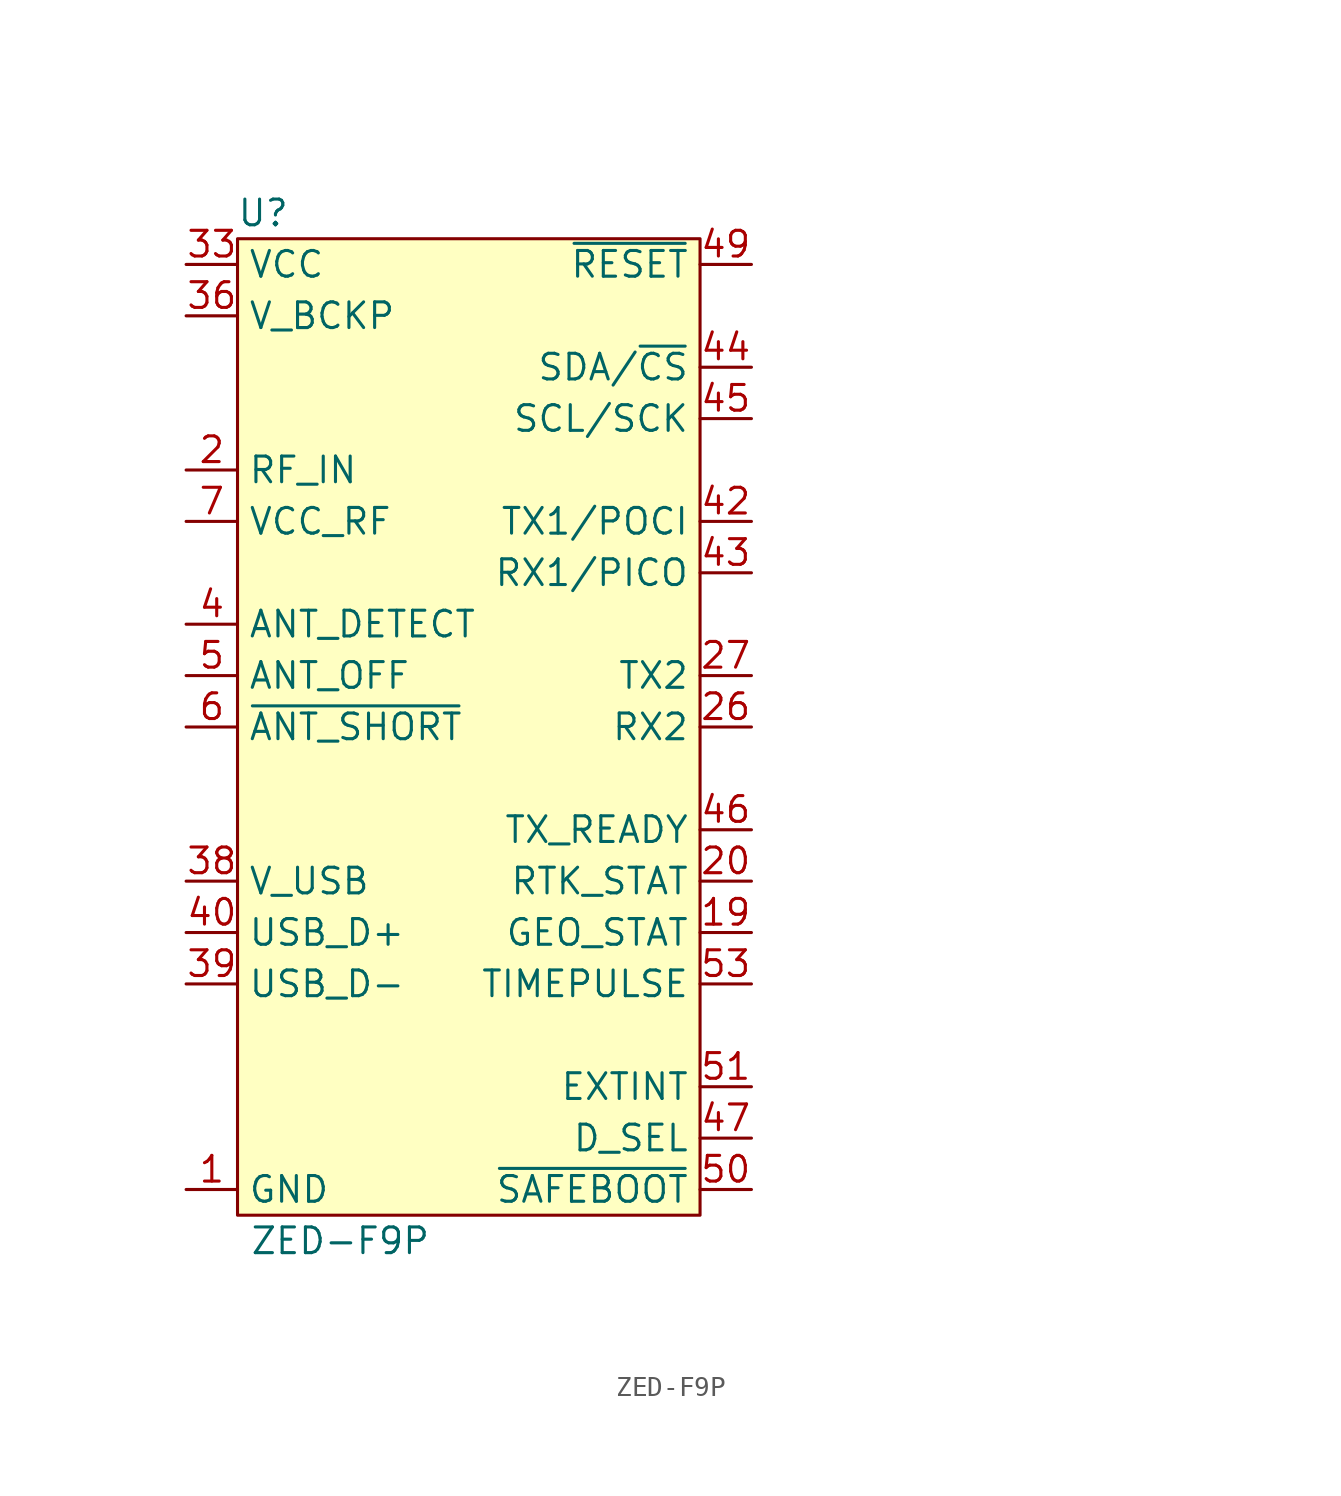
<source format=kicad_sym>
(kicad_symbol_lib
  (version 20241209)
  (generator "kicad_symbol_editor")
  (generator_version "9.0")
  (symbol "ZED-F9P"
    (property "Reference" "U"
      (at -10.16 25.4 0)
      (effects (font (size 1.27 1.27))))
    (property "Value" "ZED-F9P"
      (at -6.35 -25.4 0)
      (effects (font (size 1.27 1.27))))
    (symbol "ZED-F9P_1_0"
      (pin power_in line (at -13.97 -22.86 0) (length 2.54) (name "GND" (effects (font (size 1.27 1.27)))) (number "1" (effects (font (size 1.27 1.27)))))
      (pin power_in line (at -13.97 -22.86 0) (length 2.54) (hide yes) (name "GND" (effects (font (size 1.27 1.27)))) (number "100" (effects (font (size 1.27 1.27)))))
      (pin power_in line (at -13.97 -22.86 0) (length 2.54) (hide yes) (name "GND" (effects (font (size 1.27 1.27)))) (number "101" (effects (font (size 1.27 1.27)))))
      (pin power_in line (at -13.97 -22.86 0) (length 2.54) (hide yes) (name "GND" (effects (font (size 1.27 1.27)))) (number "102" (effects (font (size 1.27 1.27)))))
      (pin power_in line (at -13.97 -22.86 0) (length 2.54) (hide yes) (name "GND" (effects (font (size 1.27 1.27)))) (number "12" (effects (font (size 1.27 1.27)))))
      (pin power_in line (at -13.97 -22.86 0) (length 2.54) (hide yes) (name "GND" (effects (font (size 1.27 1.27)))) (number "14" (effects (font (size 1.27 1.27)))))
      (pin power_in line (at -13.97 -22.86 0) (length 2.54) (hide yes) (name "GND" (effects (font (size 1.27 1.27)))) (number "3" (effects (font (size 1.27 1.27)))))
      (pin power_in line (at -13.97 -22.86 0) (length 2.54) (hide yes) (name "GND" (effects (font (size 1.27 1.27)))) (number "32" (effects (font (size 1.27 1.27)))))
      (pin power_in line (at -13.97 -22.86 0) (length 2.54) (hide yes) (name "GND" (effects (font (size 1.27 1.27)))) (number "37" (effects (font (size 1.27 1.27)))))
      (pin power_in line (at -13.97 -22.86 0) (length 2.54) (hide yes) (name "GND" (effects (font (size 1.27 1.27)))) (number "41" (effects (font (size 1.27 1.27)))))
      (pin power_in line (at -13.97 -22.86 0) (length 2.54) (hide yes) (name "GND" (effects (font (size 1.27 1.27)))) (number "48" (effects (font (size 1.27 1.27)))))
      (pin power_in line (at -13.97 -22.86 0) (length 2.54) (hide yes) (name "GND" (effects (font (size 1.27 1.27)))) (number "55" (effects (font (size 1.27 1.27)))))
      (pin power_in line (at -13.97 -22.86 0) (length 2.54) (hide yes) (name "GND" (effects (font (size 1.27 1.27)))) (number "56" (effects (font (size 1.27 1.27)))))
      (pin power_in line (at -13.97 -22.86 0) (length 2.54) (hide yes) (name "GND" (effects (font (size 1.27 1.27)))) (number "57" (effects (font (size 1.27 1.27)))))
      (pin power_in line (at -13.97 -22.86 0) (length 2.54) (hide yes) (name "GND" (effects (font (size 1.27 1.27)))) (number "58" (effects (font (size 1.27 1.27)))))
      (pin power_in line (at -13.97 -22.86 0) (length 2.54) (hide yes) (name "GND" (effects (font (size 1.27 1.27)))) (number "59" (effects (font (size 1.27 1.27)))))
      (pin power_in line (at -13.97 -22.86 0) (length 2.54) (hide yes) (name "GND" (effects (font (size 1.27 1.27)))) (number "60" (effects (font (size 1.27 1.27)))))
      (pin power_in line (at -13.97 -22.86 0) (length 2.54) (hide yes) (name "GND" (effects (font (size 1.27 1.27)))) (number "61" (effects (font (size 1.27 1.27)))))
      (pin power_in line (at -13.97 -22.86 0) (length 2.54) (hide yes) (name "GND" (effects (font (size 1.27 1.27)))) (number "62" (effects (font (size 1.27 1.27)))))
      (pin power_in line (at -13.97 -22.86 0) (length 2.54) (hide yes) (name "GND" (effects (font (size 1.27 1.27)))) (number "63" (effects (font (size 1.27 1.27)))))
      (pin power_in line (at -13.97 -22.86 0) (length 2.54) (hide yes) (name "GND" (effects (font (size 1.27 1.27)))) (number "64" (effects (font (size 1.27 1.27)))))
      (pin power_in line (at -13.97 -22.86 0) (length 2.54) (hide yes) (name "GND" (effects (font (size 1.27 1.27)))) (number "65" (effects (font (size 1.27 1.27)))))
      (pin power_in line (at -13.97 -22.86 0) (length 2.54) (hide yes) (name "GND" (effects (font (size 1.27 1.27)))) (number "66" (effects (font (size 1.27 1.27)))))
      (pin power_in line (at -13.97 -22.86 0) (length 2.54) (hide yes) (name "GND" (effects (font (size 1.27 1.27)))) (number "67" (effects (font (size 1.27 1.27)))))
      (pin power_in line (at -13.97 -22.86 0) (length 2.54) (hide yes) (name "GND" (effects (font (size 1.27 1.27)))) (number "68" (effects (font (size 1.27 1.27)))))
      (pin power_in line (at -13.97 -22.86 0) (length 2.54) (hide yes) (name "GND" (effects (font (size 1.27 1.27)))) (number "69" (effects (font (size 1.27 1.27)))))
      (pin power_in line (at -13.97 -22.86 0) (length 2.54) (hide yes) (name "GND" (effects (font (size 1.27 1.27)))) (number "70" (effects (font (size 1.27 1.27)))))
      (pin power_in line (at -13.97 -22.86 0) (length 2.54) (hide yes) (name "GND" (effects (font (size 1.27 1.27)))) (number "71" (effects (font (size 1.27 1.27)))))
      (pin power_in line (at -13.97 -22.86 0) (length 2.54) (hide yes) (name "GND" (effects (font (size 1.27 1.27)))) (number "72" (effects (font (size 1.27 1.27)))))
      (pin power_in line (at -13.97 -22.86 0) (length 2.54) (hide yes) (name "GND" (effects (font (size 1.27 1.27)))) (number "73" (effects (font (size 1.27 1.27)))))
      (pin power_in line (at -13.97 -22.86 0) (length 2.54) (hide yes) (name "GND" (effects (font (size 1.27 1.27)))) (number "74" (effects (font (size 1.27 1.27)))))
      (pin power_in line (at -13.97 -22.86 0) (length 2.54) (hide yes) (name "GND" (effects (font (size 1.27 1.27)))) (number "75" (effects (font (size 1.27 1.27)))))
      (pin power_in line (at -13.97 -22.86 0) (length 2.54) (hide yes) (name "GND" (effects (font (size 1.27 1.27)))) (number "76" (effects (font (size 1.27 1.27)))))
      (pin power_in line (at -13.97 -22.86 0) (length 2.54) (hide yes) (name "GND" (effects (font (size 1.27 1.27)))) (number "77" (effects (font (size 1.27 1.27)))))
      (pin power_in line (at -13.97 -22.86 0) (length 2.54) (hide yes) (name "GND" (effects (font (size 1.27 1.27)))) (number "78" (effects (font (size 1.27 1.27)))))
      (pin power_in line (at -13.97 -22.86 0) (length 2.54) (hide yes) (name "GND" (effects (font (size 1.27 1.27)))) (number "79" (effects (font (size 1.27 1.27)))))
      (pin power_in line (at -13.97 -22.86 0) (length 2.54) (hide yes) (name "GND" (effects (font (size 1.27 1.27)))) (number "80" (effects (font (size 1.27 1.27)))))
      (pin power_in line (at -13.97 -22.86 0) (length 2.54) (hide yes) (name "GND" (effects (font (size 1.27 1.27)))) (number "81" (effects (font (size 1.27 1.27)))))
      (pin power_in line (at -13.97 -22.86 0) (length 2.54) (hide yes) (name "GND" (effects (font (size 1.27 1.27)))) (number "82" (effects (font (size 1.27 1.27)))))
      (pin power_in line (at -13.97 -22.86 0) (length 2.54) (hide yes) (name "GND" (effects (font (size 1.27 1.27)))) (number "83" (effects (font (size 1.27 1.27)))))
      (pin power_in line (at -13.97 -22.86 0) (length 2.54) (hide yes) (name "GND" (effects (font (size 1.27 1.27)))) (number "84" (effects (font (size 1.27 1.27)))))
      (pin power_in line (at -13.97 -22.86 0) (length 2.54) (hide yes) (name "GND" (effects (font (size 1.27 1.27)))) (number "85" (effects (font (size 1.27 1.27)))))
      (pin power_in line (at -13.97 -22.86 0) (length 2.54) (hide yes) (name "GND" (effects (font (size 1.27 1.27)))) (number "86" (effects (font (size 1.27 1.27)))))
      (pin power_in line (at -13.97 -22.86 0) (length 2.54) (hide yes) (name "GND" (effects (font (size 1.27 1.27)))) (number "87" (effects (font (size 1.27 1.27)))))
      (pin power_in line (at -13.97 -22.86 0) (length 2.54) (hide yes) (name "GND" (effects (font (size 1.27 1.27)))) (number "88" (effects (font (size 1.27 1.27)))))
      (pin power_in line (at -13.97 -22.86 0) (length 2.54) (hide yes) (name "GND" (effects (font (size 1.27 1.27)))) (number "89" (effects (font (size 1.27 1.27)))))
      (pin power_in line (at -13.97 -22.86 0) (length 2.54) (hide yes) (name "GND" (effects (font (size 1.27 1.27)))) (number "90" (effects (font (size 1.27 1.27)))))
      (pin power_in line (at -13.97 -22.86 0) (length 2.54) (hide yes) (name "GND" (effects (font (size 1.27 1.27)))) (number "91" (effects (font (size 1.27 1.27)))))
      (pin power_in line (at -13.97 -22.86 0) (length 2.54) (hide yes) (name "GND" (effects (font (size 1.27 1.27)))) (number "92" (effects (font (size 1.27 1.27)))))
      (pin power_in line (at -13.97 -22.86 0) (length 2.54) (hide yes) (name "GND" (effects (font (size 1.27 1.27)))) (number "93" (effects (font (size 1.27 1.27)))))
      (pin power_in line (at -13.97 -22.86 0) (length 2.54) (hide yes) (name "GND" (effects (font (size 1.27 1.27)))) (number "94" (effects (font (size 1.27 1.27)))))
      (pin power_in line (at -13.97 -22.86 0) (length 2.54) (hide yes) (name "GND" (effects (font (size 1.27 1.27)))) (number "95" (effects (font (size 1.27 1.27)))))
      (pin power_in line (at -13.97 -22.86 0) (length 2.54) (hide yes) (name "GND" (effects (font (size 1.27 1.27)))) (number "96" (effects (font (size 1.27 1.27)))))
      (pin power_in line (at -13.97 -22.86 0) (length 2.54) (hide yes) (name "GND" (effects (font (size 1.27 1.27)))) (number "97" (effects (font (size 1.27 1.27)))))
      (pin power_in line (at -13.97 -22.86 0) (length 2.54) (hide yes) (name "GND" (effects (font (size 1.27 1.27)))) (number "98" (effects (font (size 1.27 1.27)))))
      (pin power_in line (at -13.97 -22.86 0) (length 2.54) (hide yes) (name "GND" (effects (font (size 1.27 1.27)))) (number "99" (effects (font (size 1.27 1.27)))))
      (pin input line (at 13.97 -17.78 180) (length 2.54) (name "EXTINT" (effects (font (size 1.27 1.27)))) (number "51" (effects (font (size 1.27 1.27)))))
      (pin input line (at 13.97 -20.32 180) (length 2.54) (name "D_SEL" (effects (font (size 1.27 1.27)))) (number "47" (effects (font (size 1.27 1.27)))))
      (pin input line (at 13.97 -22.86 180) (length 2.54) (name "~{SAFEBOOT}" (effects (font (size 1.27 1.27)))) (number "50" (effects (font (size 1.27 1.27)))))
      (pin no_connect line (at 31.75 26.67 0) (length 2.54) (hide yes) (name "NC" (effects (font (size 1.27 1.27)))) (number "8" (effects (font (size 1.27 1.27)))))
      (pin no_connect line (at 31.75 24.13 0) (length 2.54) (hide yes) (name "NC" (effects (font (size 1.27 1.27)))) (number "9" (effects (font (size 1.27 1.27)))))
      (pin no_connect line (at 31.75 21.59 0) (length 2.54) (hide yes) (name "NC" (effects (font (size 1.27 1.27)))) (number "10" (effects (font (size 1.27 1.27)))))
      (pin no_connect line (at 31.75 19.05 0) (length 2.54) (hide yes) (name "NC" (effects (font (size 1.27 1.27)))) (number "11" (effects (font (size 1.27 1.27)))))
      (pin no_connect line (at 31.75 16.51 0) (length 2.54) (hide yes) (name "NC" (effects (font (size 1.27 1.27)))) (number "13" (effects (font (size 1.27 1.27)))))
      (pin no_connect line (at 31.75 13.97 0) (length 2.54) (hide yes) (name "NC" (effects (font (size 1.27 1.27)))) (number "15" (effects (font (size 1.27 1.27)))))
      (pin no_connect line (at 31.75 11.43 0) (length 2.54) (hide yes) (name "NC" (effects (font (size 1.27 1.27)))) (number "16" (effects (font (size 1.27 1.27)))))
      (pin no_connect line (at 31.75 8.89 0) (length 2.54) (hide yes) (name "NC" (effects (font (size 1.27 1.27)))) (number "17" (effects (font (size 1.27 1.27)))))
      (pin no_connect line (at 31.75 6.35 0) (length 2.54) (hide yes) (name "NC" (effects (font (size 1.27 1.27)))) (number "18" (effects (font (size 1.27 1.27)))))
      (pin no_connect line (at 31.75 3.81 0) (length 2.54) (hide yes) (name "NC" (effects (font (size 1.27 1.27)))) (number "21" (effects (font (size 1.27 1.27)))))
      (pin no_connect line (at 31.75 1.27 0) (length 2.54) (hide yes) (name "NC" (effects (font (size 1.27 1.27)))) (number "22" (effects (font (size 1.27 1.27)))))
      (pin no_connect line (at 31.75 -1.27 0) (length 2.54) (hide yes) (name "NC" (effects (font (size 1.27 1.27)))) (number "23" (effects (font (size 1.27 1.27)))))
      (pin no_connect line (at 31.75 -3.81 0) (length 2.54) (hide yes) (name "NC" (effects (font (size 1.27 1.27)))) (number "24" (effects (font (size 1.27 1.27)))))
      (pin no_connect line (at 31.75 -6.35 0) (length 2.54) (hide yes) (name "NC" (effects (font (size 1.27 1.27)))) (number "25" (effects (font (size 1.27 1.27)))))
      (pin no_connect line (at 31.75 -8.89 0) (length 2.54) (hide yes) (name "NC" (effects (font (size 1.27 1.27)))) (number "28" (effects (font (size 1.27 1.27)))))
      (pin no_connect line (at 31.75 -11.43 0) (length 2.54) (hide yes) (name "NC" (effects (font (size 1.27 1.27)))) (number "29" (effects (font (size 1.27 1.27)))))
      (pin no_connect line (at 31.75 -13.97 0) (length 2.54) (hide yes) (name "NC" (effects (font (size 1.27 1.27)))) (number "30" (effects (font (size 1.27 1.27)))))
      (pin no_connect line (at 31.75 -16.51 0) (length 2.54) (hide yes) (name "NC" (effects (font (size 1.27 1.27)))) (number "31" (effects (font (size 1.27 1.27)))))
      (pin no_connect line (at 31.75 -19.05 0) (length 2.54) (hide yes) (name "NC" (effects (font (size 1.27 1.27)))) (number "35" (effects (font (size 1.27 1.27)))))
      (pin no_connect line (at 31.75 -21.59 0) (length 2.54) (hide yes) (name "NC" (effects (font (size 1.27 1.27)))) (number "52" (effects (font (size 1.27 1.27)))))
      (pin no_connect line (at 31.75 -24.13 0) (length 2.54) (hide yes) (name "NC" (effects (font (size 1.27 1.27)))) (number "54" (effects (font (size 1.27 1.27))))))
    (symbol "ZED-F9P_1_1"
      (rectangle (start -11.43 24.13) (end 11.43 -24.13) (stroke (width 0) (type default)) (fill (type background)))
      (pin power_in line (at -13.97 22.86 0) (length 2.54) (name "VCC" (effects (font (size 1.27 1.27)))) (number "33" (effects (font (size 1.27 1.27)))))
      (pin power_in line (at -13.97 22.86 0) (length 2.54) (hide yes) (name "VCC" (effects (font (size 1.27 1.27)))) (number "34" (effects (font (size 1.27 1.27)))))
      (pin power_in line (at -13.97 20.32 0) (length 2.54) (name "V_BCKP" (effects (font (size 1.27 1.27)))) (number "36" (effects (font (size 1.27 1.27)))))
      (pin input line (at -13.97 12.7 0) (length 2.54) (name "RF_IN" (effects (font (size 1.27 1.27)))) (number "2" (effects (font (size 1.27 1.27)))))
      (pin power_out line (at -13.97 10.16 0) (length 2.54) (name "VCC_RF" (effects (font (size 1.27 1.27)))) (number "7" (effects (font (size 1.27 1.27)))))
      (pin input line (at -13.97 5.08 0) (length 2.54) (name "ANT_DETECT" (effects (font (size 1.27 1.27)))) (number "4" (effects (font (size 1.27 1.27)))))
      (pin output line (at -13.97 2.54 0) (length 2.54) (name "ANT_OFF" (effects (font (size 1.27 1.27)))) (number "5" (effects (font (size 1.27 1.27)))))
      (pin output line (at -13.97 0 0) (length 2.54) (name "~{ANT_SHORT}" (effects (font (size 1.27 1.27)))) (number "6" (effects (font (size 1.27 1.27)))))
      (pin power_in line (at -13.97 -7.62 0) (length 2.54) (name "V_USB" (effects (font (size 1.27 1.27)))) (number "38" (effects (font (size 1.27 1.27)))))
      (pin bidirectional line (at -13.97 -10.16 0) (length 2.54) (name "USB_D+" (effects (font (size 1.27 1.27)))) (number "40" (effects (font (size 1.27 1.27)))))
      (pin bidirectional line (at -13.97 -12.7 0) (length 2.54) (name "USB_D-" (effects (font (size 1.27 1.27)))) (number "39" (effects (font (size 1.27 1.27)))))
      (pin input line (at 13.97 22.86 180) (length 2.54) (name "~{RESET}" (effects (font (size 1.27 1.27)))) (number "49" (effects (font (size 1.27 1.27)))))
      (pin bidirectional line (at 13.97 17.78 180) (length 2.54) (name "SDA/~{CS}" (effects (font (size 1.27 1.27)))) (number "44" (effects (font (size 1.27 1.27)))))
      (pin bidirectional line (at 13.97 15.24 180) (length 2.54) (name "SCL/SCK" (effects (font (size 1.27 1.27)))) (number "45" (effects (font (size 1.27 1.27)))))
      (pin output line (at 13.97 10.16 180) (length 2.54) (name "TX1/POCI" (effects (font (size 1.27 1.27)))) (number "42" (effects (font (size 1.27 1.27)))))
      (pin input line (at 13.97 7.62 180) (length 2.54) (name "RX1/PICO" (effects (font (size 1.27 1.27)))) (number "43" (effects (font (size 1.27 1.27)))))
      (pin output line (at 13.97 2.54 180) (length 2.54) (name "TX2" (effects (font (size 1.27 1.27)))) (number "27" (effects (font (size 1.27 1.27)))))
      (pin input line (at 13.97 0 180) (length 2.54) (name "RX2" (effects (font (size 1.27 1.27)))) (number "26" (effects (font (size 1.27 1.27)))))
      (pin output line (at 13.97 -5.08 180) (length 2.54) (name "TX_READY" (effects (font (size 1.27 1.27)))) (number "46" (effects (font (size 1.27 1.27)))))
      (pin output line (at 13.97 -7.62 180) (length 2.54) (name "RTK_STAT" (effects (font (size 1.27 1.27)))) (number "20" (effects (font (size 1.27 1.27)))))
      (pin output line (at 13.97 -10.16 180) (length 2.54) (name "GEO_STAT" (effects (font (size 1.27 1.27)))) (number "19" (effects (font (size 1.27 1.27)))))
      (pin output line (at 13.97 -12.7 180) (length 2.54) (name "TIMEPULSE" (effects (font (size 1.27 1.27)))) (number "53" (effects (font (size 1.27 1.27))))))))
</source>
